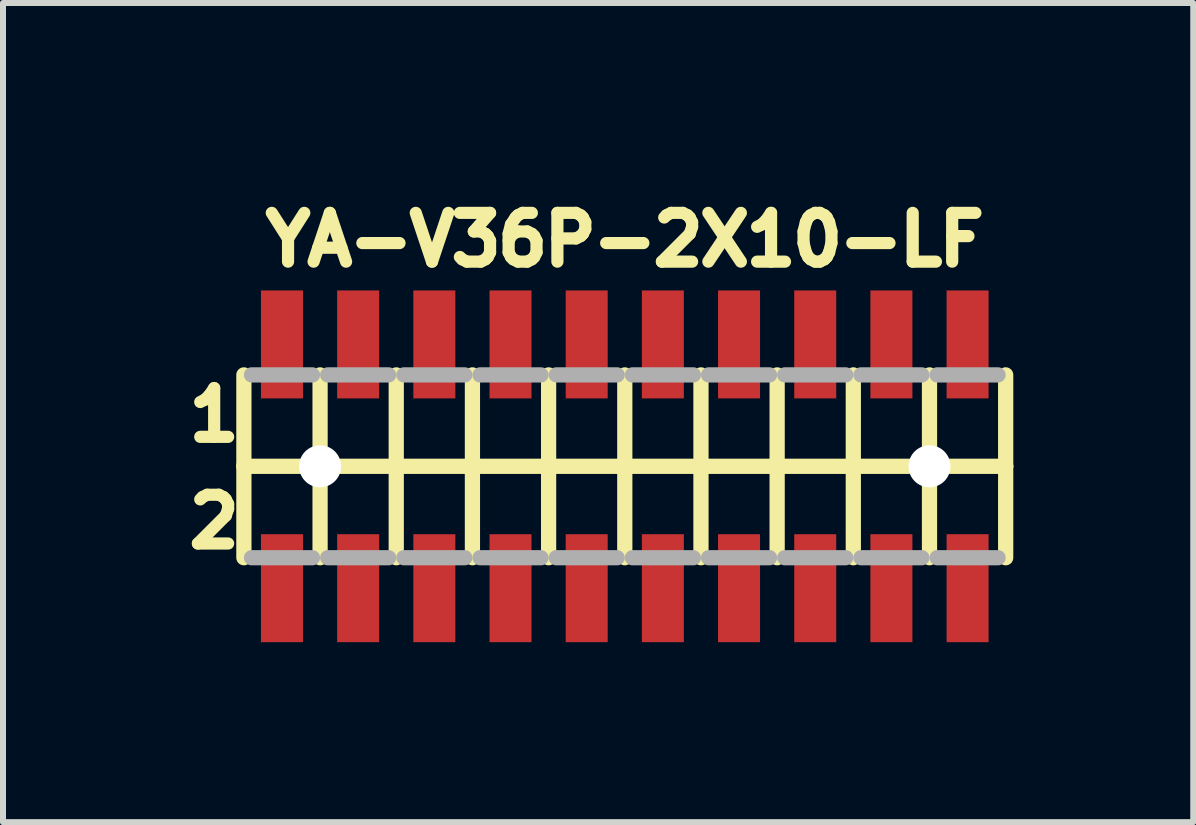
<source format=kicad_pcb>
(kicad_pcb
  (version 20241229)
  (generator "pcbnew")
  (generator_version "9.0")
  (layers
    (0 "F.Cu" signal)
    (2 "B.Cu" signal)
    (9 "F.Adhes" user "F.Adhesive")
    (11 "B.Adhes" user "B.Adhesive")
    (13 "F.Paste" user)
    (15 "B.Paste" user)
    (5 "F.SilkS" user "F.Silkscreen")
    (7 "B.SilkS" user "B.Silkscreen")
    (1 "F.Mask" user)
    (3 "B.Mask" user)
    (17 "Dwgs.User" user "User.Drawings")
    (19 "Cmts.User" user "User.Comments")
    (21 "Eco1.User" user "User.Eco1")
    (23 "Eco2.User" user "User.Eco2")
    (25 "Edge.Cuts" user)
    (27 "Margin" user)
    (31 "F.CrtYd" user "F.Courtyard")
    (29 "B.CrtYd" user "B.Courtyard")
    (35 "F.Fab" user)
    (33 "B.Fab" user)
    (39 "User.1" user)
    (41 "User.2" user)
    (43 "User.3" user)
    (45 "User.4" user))
  (footprint "YA-V36P-2X10-LF"
    (layer "F.Cu")
    (at 7.366 4.724)
    (property "Reference" "YA-V36P-2X10-LF" (at -6.096 -3.302 0) (layer "F.SilkS") (effects (font (size 0.813 0.813) (thickness 0.203)) (justify left bottom)))
    (fp_line (start -6.35 -1.524) (end -6.35 0) (stroke (width 0.254) (type solid)) (layer "F.SilkS"))
    (fp_line (start -6.35 0) (end -6.35 1.524) (stroke (width 0.254) (type solid)) (layer "F.SilkS"))
    (fp_line (start -6.35 0) (end -5.08 0) (stroke (width 0.254) (type solid)) (layer "F.SilkS"))
    (fp_line (start -5.08 0) (end -5.08 -1.524) (stroke (width 0.254) (type solid)) (layer "F.SilkS"))
    (fp_line (start -5.08 0) (end -3.81 0) (stroke (width 0.254) (type solid)) (layer "F.SilkS"))
    (fp_line (start -5.08 1.524) (end -5.08 0) (stroke (width 0.254) (type solid)) (layer "F.SilkS"))
    (fp_line (start -3.81 0) (end -3.81 -1.524) (stroke (width 0.254) (type solid)) (layer "F.SilkS"))
    (fp_line (start -3.81 0) (end -2.54 0) (stroke (width 0.254) (type solid)) (layer "F.SilkS"))
    (fp_line (start -3.81 1.524) (end -3.81 0) (stroke (width 0.254) (type solid)) (layer "F.SilkS"))
    (fp_line (start -2.54 0) (end -2.54 -1.524) (stroke (width 0.254) (type solid)) (layer "F.SilkS"))
    (fp_line (start -2.54 0) (end -1.27 0) (stroke (width 0.254) (type solid)) (layer "F.SilkS"))
    (fp_line (start -2.54 1.524) (end -2.54 0) (stroke (width 0.254) (type solid)) (layer "F.SilkS"))
    (fp_line (start -1.27 0) (end -1.27 -1.524) (stroke (width 0.254) (type solid)) (layer "F.SilkS"))
    (fp_line (start -1.27 0) (end 0 0) (stroke (width 0.254) (type solid)) (layer "F.SilkS"))
    (fp_line (start -1.27 1.524) (end -1.27 0) (stroke (width 0.254) (type solid)) (layer "F.SilkS"))
    (fp_line (start 0 0) (end 0 -1.524) (stroke (width 0.254) (type solid)) (layer "F.SilkS"))
    (fp_line (start 0 0) (end 1.27 0) (stroke (width 0.254) (type solid)) (layer "F.SilkS"))
    (fp_line (start 0 1.524) (end 0 0) (stroke (width 0.254) (type solid)) (layer "F.SilkS"))
    (fp_line (start 1.27 0) (end 1.27 -1.524) (stroke (width 0.254) (type solid)) (layer "F.SilkS"))
    (fp_line (start 1.27 0) (end 2.54 0) (stroke (width 0.254) (type solid)) (layer "F.SilkS"))
    (fp_line (start 1.27 1.524) (end 1.27 0) (stroke (width 0.254) (type solid)) (layer "F.SilkS"))
    (fp_line (start 2.54 0) (end 2.54 -1.524) (stroke (width 0.254) (type solid)) (layer "F.SilkS"))
    (fp_line (start 2.54 0) (end 3.81 0) (stroke (width 0.254) (type solid)) (layer "F.SilkS"))
    (fp_line (start 2.54 1.524) (end 2.54 0) (stroke (width 0.254) (type solid)) (layer "F.SilkS"))
    (fp_line (start 3.81 0) (end 3.81 -1.524) (stroke (width 0.254) (type solid)) (layer "F.SilkS"))
    (fp_line (start 3.81 0) (end 5.08 0) (stroke (width 0.254) (type solid)) (layer "F.SilkS"))
    (fp_line (start 3.81 1.524) (end 3.81 0) (stroke (width 0.254) (type solid)) (layer "F.SilkS"))
    (fp_line (start 5.08 0) (end 5.08 -1.524) (stroke (width 0.254) (type solid)) (layer "F.SilkS"))
    (fp_line (start 5.08 0) (end 6.35 0) (stroke (width 0.254) (type solid)) (layer "F.SilkS"))
    (fp_line (start 5.08 1.524) (end 5.08 0) (stroke (width 0.254) (type solid)) (layer "F.SilkS"))
    (fp_line (start 6.35 0) (end 6.35 -1.524) (stroke (width 0.254) (type solid)) (layer "F.SilkS"))
    (fp_line (start 6.35 1.524) (end 6.35 0) (stroke (width 0.254) (type solid)) (layer "F.SilkS"))
    (fp_poly (pts (xy -6.165 -1.132) (xy -5.265 -1.132) (xy -5.265 -2.932) (xy -6.165 -2.932)) (stroke (width 0) (type solid)) (fill yes) (layer "F.Paste"))
    (fp_poly (pts (xy -6.165 2.932) (xy -5.265 2.932) (xy -5.265 1.132) (xy -6.165 1.132)) (stroke (width 0) (type solid)) (fill yes) (layer "F.Paste"))
    (fp_poly (pts (xy -4.895 -1.132) (xy -3.995 -1.132) (xy -3.995 -2.932) (xy -4.895 -2.932)) (stroke (width 0) (type solid)) (fill yes) (layer "F.Paste"))
    (fp_poly (pts (xy -4.895 2.932) (xy -3.995 2.932) (xy -3.995 1.132) (xy -4.895 1.132)) (stroke (width 0) (type solid)) (fill yes) (layer "F.Paste"))
    (fp_poly (pts (xy -3.625 -1.132) (xy -2.725 -1.132) (xy -2.725 -2.932) (xy -3.625 -2.932)) (stroke (width 0) (type solid)) (fill yes) (layer "F.Paste"))
    (fp_poly (pts (xy -3.625 2.932) (xy -2.725 2.932) (xy -2.725 1.132) (xy -3.625 1.132)) (stroke (width 0) (type solid)) (fill yes) (layer "F.Paste"))
    (fp_poly (pts (xy -2.355 -1.132) (xy -1.455 -1.132) (xy -1.455 -2.932) (xy -2.355 -2.932)) (stroke (width 0) (type solid)) (fill yes) (layer "F.Paste"))
    (fp_poly (pts (xy -2.355 2.932) (xy -1.455 2.932) (xy -1.455 1.132) (xy -2.355 1.132)) (stroke (width 0) (type solid)) (fill yes) (layer "F.Paste"))
    (fp_poly (pts (xy -1.085 -1.132) (xy -0.185 -1.132) (xy -0.185 -2.932) (xy -1.085 -2.932)) (stroke (width 0) (type solid)) (fill yes) (layer "F.Paste"))
    (fp_poly (pts (xy -1.085 2.932) (xy -0.185 2.932) (xy -0.185 1.132) (xy -1.085 1.132)) (stroke (width 0) (type solid)) (fill yes) (layer "F.Paste"))
    (fp_poly (pts (xy 0.185 -1.132) (xy 1.085 -1.132) (xy 1.085 -2.932) (xy 0.185 -2.932)) (stroke (width 0) (type solid)) (fill yes) (layer "F.Paste"))
    (fp_poly (pts (xy 0.185 2.932) (xy 1.085 2.932) (xy 1.085 1.132) (xy 0.185 1.132)) (stroke (width 0) (type solid)) (fill yes) (layer "F.Paste"))
    (fp_poly (pts (xy 1.455 -1.132) (xy 2.355 -1.132) (xy 2.355 -2.932) (xy 1.455 -2.932)) (stroke (width 0) (type solid)) (fill yes) (layer "F.Paste"))
    (fp_poly (pts (xy 1.455 2.932) (xy 2.355 2.932) (xy 2.355 1.132) (xy 1.455 1.132)) (stroke (width 0) (type solid)) (fill yes) (layer "F.Paste"))
    (fp_poly (pts (xy 2.725 -1.132) (xy 3.625 -1.132) (xy 3.625 -2.932) (xy 2.725 -2.932)) (stroke (width 0) (type solid)) (fill yes) (layer "F.Paste"))
    (fp_poly (pts (xy 2.725 2.932) (xy 3.625 2.932) (xy 3.625 1.132) (xy 2.725 1.132)) (stroke (width 0) (type solid)) (fill yes) (layer "F.Paste"))
    (fp_poly (pts (xy 3.995 -1.132) (xy 4.895 -1.132) (xy 4.895 -2.932) (xy 3.995 -2.932)) (stroke (width 0) (type solid)) (fill yes) (layer "F.Paste"))
    (fp_poly (pts (xy 3.995 2.932) (xy 4.895 2.932) (xy 4.895 1.132) (xy 3.995 1.132)) (stroke (width 0) (type solid)) (fill yes) (layer "F.Paste"))
    (fp_poly (pts (xy 5.265 -1.132) (xy 6.165 -1.132) (xy 6.165 -2.932) (xy 5.265 -2.932)) (stroke (width 0) (type solid)) (fill yes) (layer "F.Paste"))
    (fp_poly (pts (xy 5.265 2.932) (xy 6.165 2.932) (xy 6.165 1.132) (xy 5.265 1.132)) (stroke (width 0) (type solid)) (fill yes) (layer "F.Paste"))
    (fp_line (start -6.223 -1.524) (end -5.207 -1.524) (stroke (width 0.254) (type solid)) (layer "F.Fab"))
    (fp_line (start -6.223 1.524) (end -5.207 1.524) (stroke (width 0.254) (type solid)) (layer "F.Fab"))
    (fp_line (start -4.953 -1.524) (end -3.937 -1.524) (stroke (width 0.254) (type solid)) (layer "F.Fab"))
    (fp_line (start -4.953 1.524) (end -3.937 1.524) (stroke (width 0.254) (type solid)) (layer "F.Fab"))
    (fp_line (start -3.683 -1.524) (end -2.667 -1.524) (stroke (width 0.254) (type solid)) (layer "F.Fab"))
    (fp_line (start -3.683 1.524) (end -2.667 1.524) (stroke (width 0.254) (type solid)) (layer "F.Fab"))
    (fp_line (start -2.413 -1.524) (end -1.397 -1.524) (stroke (width 0.254) (type solid)) (layer "F.Fab"))
    (fp_line (start -2.413 1.524) (end -1.397 1.524) (stroke (width 0.254) (type solid)) (layer "F.Fab"))
    (fp_line (start -1.143 -1.524) (end -0.127 -1.524) (stroke (width 0.254) (type solid)) (layer "F.Fab"))
    (fp_line (start -1.143 1.524) (end -0.127 1.524) (stroke (width 0.254) (type solid)) (layer "F.Fab"))
    (fp_line (start 0.127 -1.524) (end 1.143 -1.524) (stroke (width 0.254) (type solid)) (layer "F.Fab"))
    (fp_line (start 0.127 1.524) (end 1.143 1.524) (stroke (width 0.254) (type solid)) (layer "F.Fab"))
    (fp_line (start 1.397 -1.524) (end 2.413 -1.524) (stroke (width 0.254) (type solid)) (layer "F.Fab"))
    (fp_line (start 1.397 1.524) (end 2.413 1.524) (stroke (width 0.254) (type solid)) (layer "F.Fab"))
    (fp_line (start 2.667 -1.524) (end 3.683 -1.524) (stroke (width 0.254) (type solid)) (layer "F.Fab"))
    (fp_line (start 2.667 1.524) (end 3.683 1.524) (stroke (width 0.254) (type solid)) (layer "F.Fab"))
    (fp_line (start 3.937 -1.524) (end 4.953 -1.524) (stroke (width 0.254) (type solid)) (layer "F.Fab"))
    (fp_line (start 3.937 1.524) (end 4.953 1.524) (stroke (width 0.254) (type solid)) (layer "F.Fab"))
    (fp_line (start 5.207 -1.524) (end 6.223 -1.524) (stroke (width 0.254) (type solid)) (layer "F.Fab"))
    (fp_line (start 5.207 1.524) (end 6.223 1.524) (stroke (width 0.254) (type solid)) (layer "F.Fab"))
    (fp_text user "2" (at -7.366 1.397 0) (layer "F.SilkS") (effects (font (size 0.813 0.813) (thickness 0.203)) (justify left bottom)))
    (fp_text user "1" (at -7.366 -0.381 0) (layer "F.SilkS") (effects (font (size 0.813 0.813) (thickness 0.203)) (justify left bottom)))
    (pad "" np_thru_hole circle (at -5.08 0) (size 0.7 0.7) (drill 0.7) (layers "*.Cu" "*.Mask"))
    (pad "" np_thru_hole circle (at 5.08 0) (size 0.7 0.7) (drill 0.7) (layers "*.Cu" "*.Mask"))
    (pad "1" smd rect (at -5.715 -2.032 270) (size 1.8 0.7) (layers "F.Cu" "F.Mask"))
    (pad "2" smd rect (at -5.715 2.032 270) (size 1.8 0.7) (layers "F.Cu" "F.Mask"))
    (pad "3" smd rect (at -4.445 -2.032 270) (size 1.8 0.7) (layers "F.Cu" "F.Mask"))
    (pad "4" smd rect (at -4.445 2.032 270) (size 1.8 0.7) (layers "F.Cu" "F.Mask"))
    (pad "5" smd rect (at -3.175 -2.032 270) (size 1.8 0.7) (layers "F.Cu" "F.Mask"))
    (pad "6" smd rect (at -3.175 2.032 270) (size 1.8 0.7) (layers "F.Cu" "F.Mask"))
    (pad "7" smd rect (at -1.905 -2.032 270) (size 1.8 0.7) (layers "F.Cu" "F.Mask"))
    (pad "8" smd rect (at -1.905 2.032 270) (size 1.8 0.7) (layers "F.Cu" "F.Mask"))
    (pad "9" smd rect (at -0.635 -2.032 270) (size 1.8 0.7) (layers "F.Cu" "F.Mask"))
    (pad "10" smd rect (at -0.635 2.032 270) (size 1.8 0.7) (layers "F.Cu" "F.Mask"))
    (pad "11" smd rect (at 0.635 -2.032 270) (size 1.8 0.7) (layers "F.Cu" "F.Mask"))
    (pad "12" smd rect (at 0.635 2.032 270) (size 1.8 0.7) (layers "F.Cu" "F.Mask"))
    (pad "13" smd rect (at 1.905 -2.032 90) (size 1.8 0.7) (layers "F.Cu" "F.Mask"))
    (pad "14" smd rect (at 1.905 2.032 90) (size 1.8 0.7) (layers "F.Cu" "F.Mask"))
    (pad "15" smd rect (at 3.175 -2.032 90) (size 1.8 0.7) (layers "F.Cu" "F.Mask"))
    (pad "16" smd rect (at 3.175 2.032 90) (size 1.8 0.7) (layers "F.Cu" "F.Mask"))
    (pad "17" smd rect (at 4.445 -2.032 90) (size 1.8 0.7) (layers "F.Cu" "F.Mask"))
    (pad "18" smd rect (at 4.445 2.032 90) (size 1.8 0.7) (layers "F.Cu" "F.Mask"))
    (pad "19" smd rect (at 5.715 -2.032 90) (size 1.8 0.7) (layers "F.Cu" "F.Mask"))
    (pad "20" smd rect (at 5.715 2.032 90) (size 1.8 0.7) (layers "F.Cu" "F.Mask")))
  (gr_rect
    (start -3 -3)
    (end 16.843 10.656)
    (stroke (width 0.1) (type default))
    (fill no)
    (layer "Edge.Cuts")))
</source>
